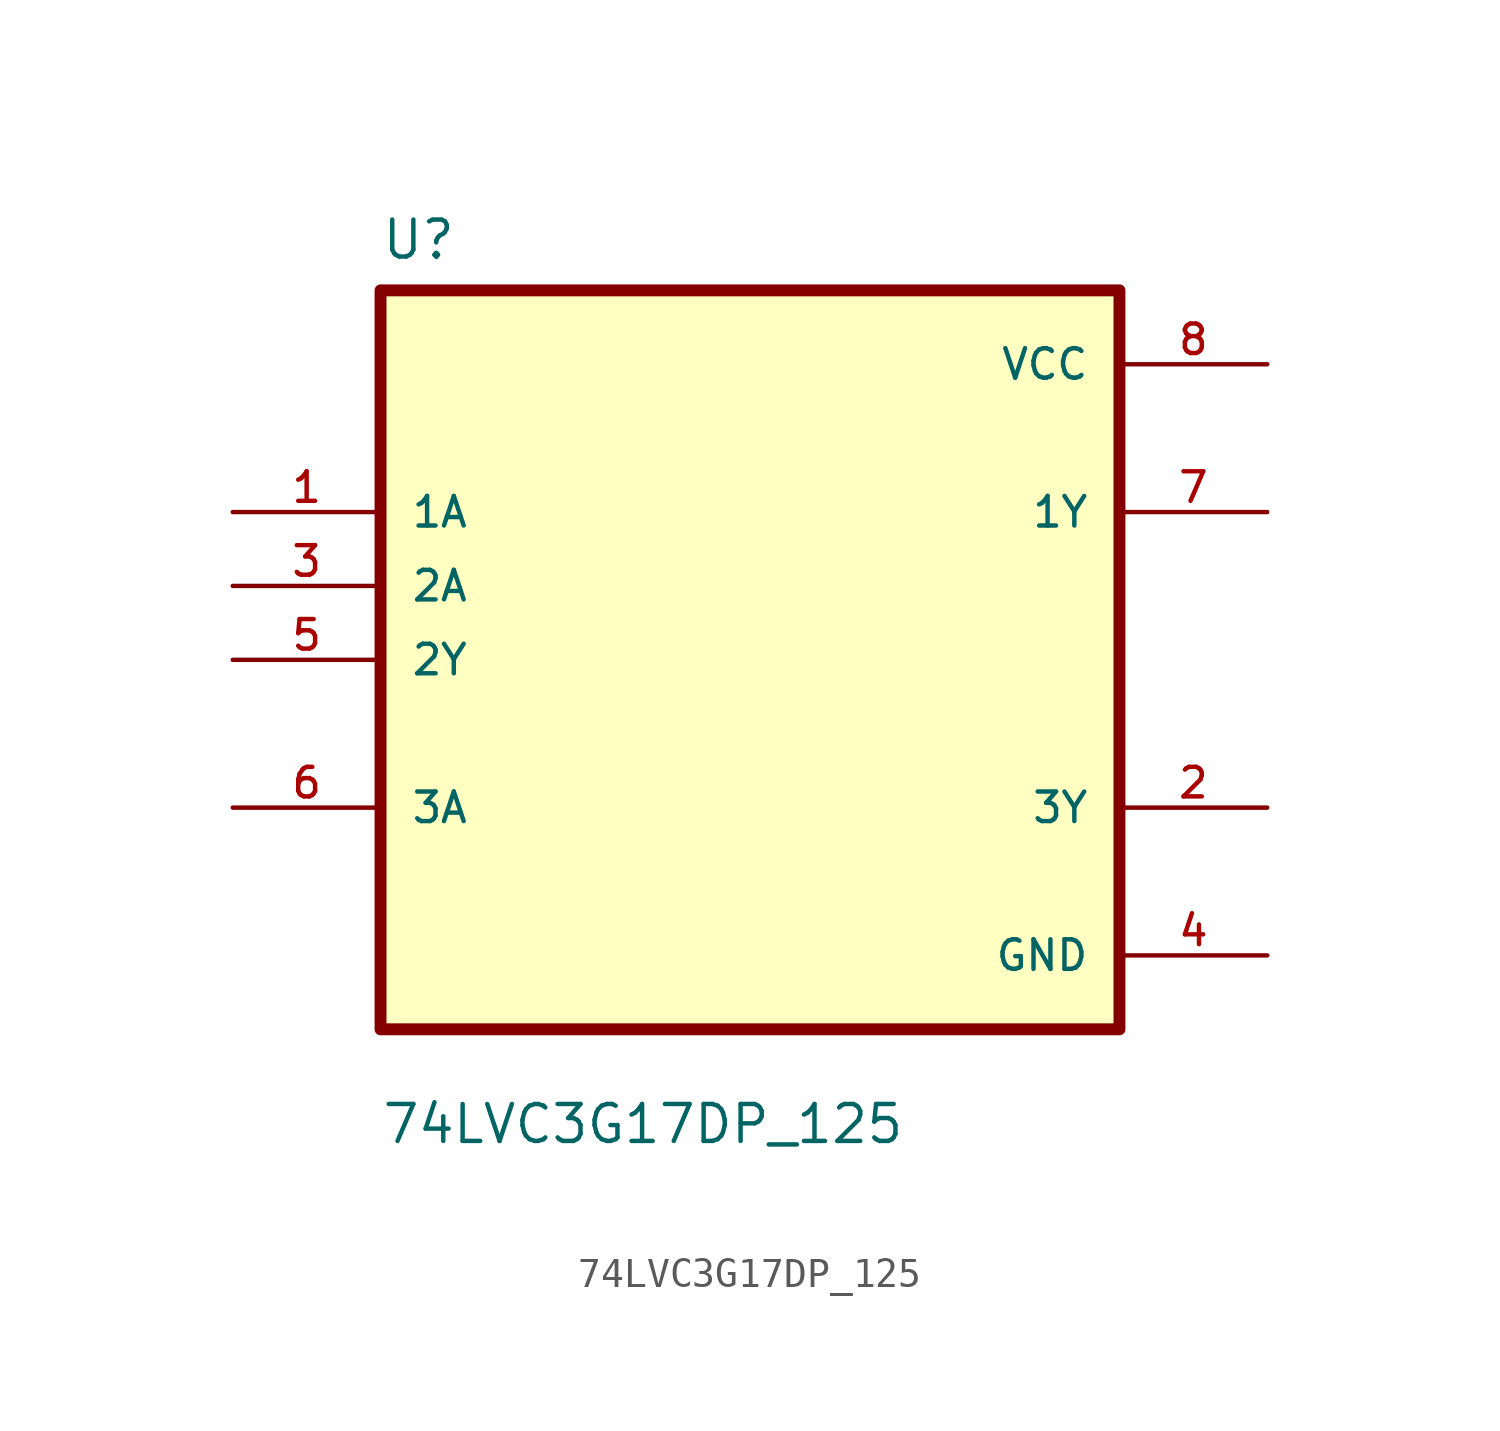
<source format=kicad_sym>
(kicad_symbol_lib
  (version 20211014)
  (generator kicad_symbol_editor)
  (symbol "74LVC3G17DP_125"
    (pin_names
      (offset 1.016))
    (property "Reference" "U"
      (at -12.7 13.7 0.0)
      (effects (font (size 1.27 1.27)) (justify bottom left)))
    (property "Value" "74LVC3G17DP_125"
      (at -12.7 -16.7 0.0)
      (effects (font (size 1.27 1.27)) (justify bottom left)))
    (symbol "74LVC3G17DP_125_0_0"
      (rectangle (start -12.7 -12.7) (end 12.7 12.7) (stroke (width 0.41)) (fill (type background)))
      (pin input line (at -17.78 5.08 0) (length 5.08) (name "1A" (effects (font (size 1.016 1.016)))) (number "1" (effects (font (size 1.016 1.016)))))
      (pin input line (at -17.78 2.54 0) (length 5.08) (name "2A" (effects (font (size 1.016 1.016)))) (number "3" (effects (font (size 1.016 1.016)))))
      (pin input line (at -17.78 -8.881784197e-16 0) (length 5.08) (name "2Y" (effects (font (size 1.016 1.016)))) (number "5" (effects (font (size 1.016 1.016)))))
      (pin bidirectional line (at -17.78 -5.08 0) (length 5.08) (name "3A" (effects (font (size 1.016 1.016)))) (number "6" (effects (font (size 1.016 1.016)))))
      (pin power_in line (at 17.78 10.16 180.0) (length 5.08) (name "VCC" (effects (font (size 1.016 1.016)))) (number "8" (effects (font (size 1.016 1.016)))))
      (pin output line (at 17.78 5.08 180.0) (length 5.08) (name "1Y" (effects (font (size 1.016 1.016)))) (number "7" (effects (font (size 1.016 1.016)))))
      (pin output line (at 17.78 -5.08 180.0) (length 5.08) (name "3Y" (effects (font (size 1.016 1.016)))) (number "2" (effects (font (size 1.016 1.016)))))
      (pin power_in line (at 17.78 -10.16 180.0) (length 5.08) (name "GND" (effects (font (size 1.016 1.016)))) (number "4" (effects (font (size 1.016 1.016))))))))
</source>
